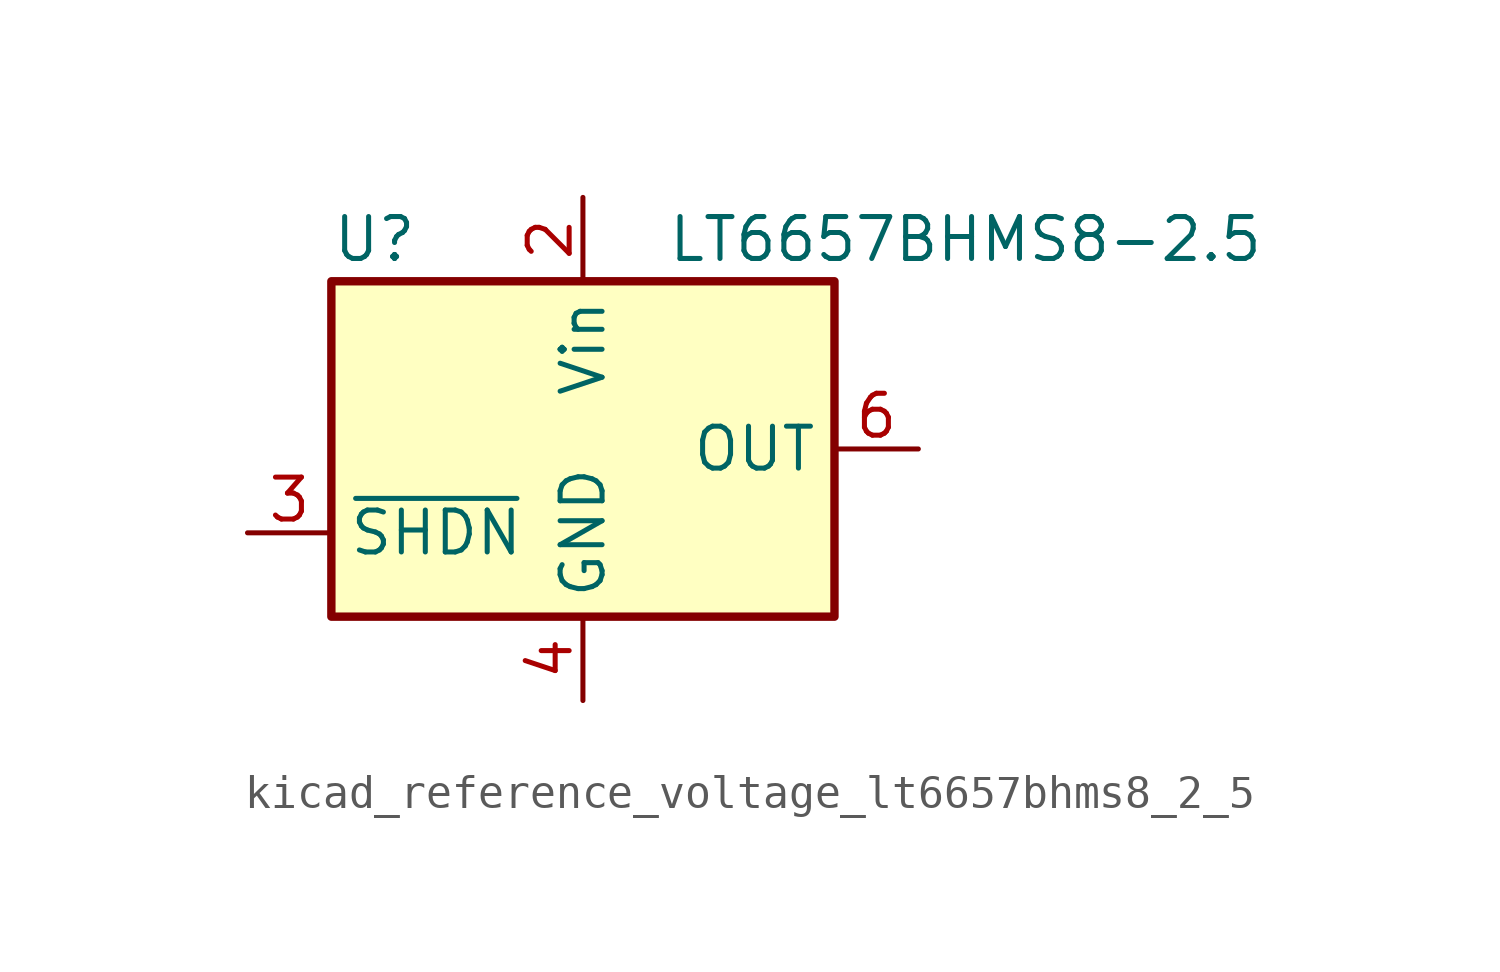
<source format=kicad_sym>
(kicad_symbol_lib
  (version 20220914)
  (generator kicad_symbol_editor)
  (symbol "kicad_reference_voltage_lt6657bhms8_2_5"
    (property "Reference" "U"
      (at -7.62 6.35 0)
      (effects (font (size 1.27 1.27)) (justify left)))
    (property "Value" "LT6657BHMS8-2.5"
      (at 2.54 6.35 0)
      (effects (font (size 1.27 1.27)) (justify left)))
    (symbol "kicad_reference_voltage_lt6657bhms8_2_5_0_1"
      (rectangle (start -7.62 5.08) (end 7.62 -5.08) (stroke (width 0.254) (type default)) (fill (type background))))
    (symbol "kicad_reference_voltage_lt6657bhms8_2_5_1_1"
      (pin no_connect line (at 7.62 -2.54 180) (length 2.54) hide (name "DNC" (effects (font (size 1.27 1.27)))) (number "1" (effects (font (size 1.27 1.27)))))
      (pin power_in line (at 0 7.62 270) (length 2.54) (name "Vin" (effects (font (size 1.27 1.27)))) (number "2" (effects (font (size 1.27 1.27)))))
      (pin input line (at -10.16 -2.54 0) (length 2.54) (name "~{SHDN}" (effects (font (size 1.27 1.27)))) (number "3" (effects (font (size 1.27 1.27)))))
      (pin power_in line (at 0 -7.62 90) (length 2.54) (name "GND" (effects (font (size 1.27 1.27)))) (number "4" (effects (font (size 1.27 1.27)))))
      (pin no_connect line (at -7.62 0 0) (length 2.54) hide (name "DNC" (effects (font (size 1.27 1.27)))) (number "5" (effects (font (size 1.27 1.27)))))
      (pin power_out line (at 10.16 0 180) (length 2.54) (name "OUT" (effects (font (size 1.27 1.27)))) (number "6" (effects (font (size 1.27 1.27)))))
      (pin no_connect line (at -7.62 2.54 0) (length 2.54) hide (name "DNC" (effects (font (size 1.27 1.27)))) (number "7" (effects (font (size 1.27 1.27)))))
      (pin no_connect line (at 7.62 2.54 180) (length 2.54) hide (name "DNC" (effects (font (size 1.27 1.27)))) (number "8" (effects (font (size 1.27 1.27))))))))
</source>
